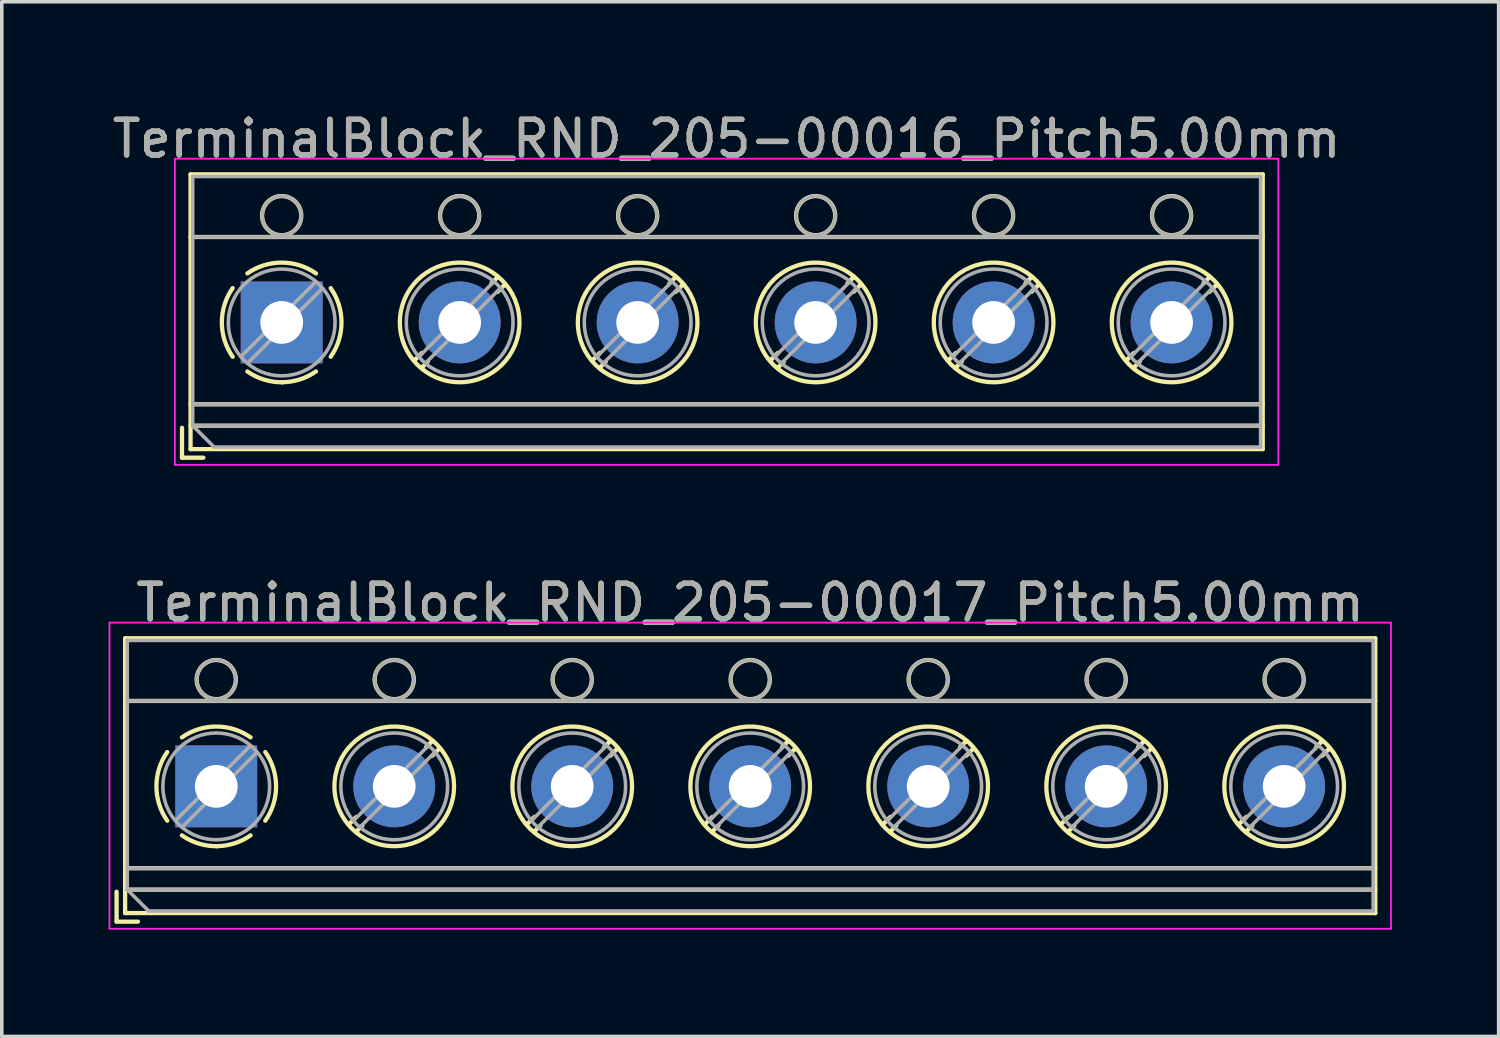
<source format=kicad_pcb>
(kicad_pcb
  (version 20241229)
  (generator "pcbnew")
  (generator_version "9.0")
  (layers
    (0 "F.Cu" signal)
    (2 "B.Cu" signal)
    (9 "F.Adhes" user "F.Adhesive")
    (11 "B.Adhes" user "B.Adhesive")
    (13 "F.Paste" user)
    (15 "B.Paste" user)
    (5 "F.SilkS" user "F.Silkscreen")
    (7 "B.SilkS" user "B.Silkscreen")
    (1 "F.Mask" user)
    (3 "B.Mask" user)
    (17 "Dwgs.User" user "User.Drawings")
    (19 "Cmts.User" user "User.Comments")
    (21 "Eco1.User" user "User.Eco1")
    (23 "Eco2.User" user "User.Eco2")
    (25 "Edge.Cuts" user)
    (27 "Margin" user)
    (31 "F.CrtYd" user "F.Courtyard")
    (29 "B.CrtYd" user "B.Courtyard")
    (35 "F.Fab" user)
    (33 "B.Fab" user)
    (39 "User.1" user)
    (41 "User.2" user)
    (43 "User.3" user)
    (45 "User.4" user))
  (footprint "TerminalBlock_RND_205-00016_Pitch5.00mm"
    (layer "F.Cu")
    (at 4.863 6.008)
    (property "Reference" "TerminalBlock_RND_205-00016_Pitch5.00mm" (at 12.5 -5.16 0) (layer "F.SilkS") (effects (font (size 1 1) (thickness 0.15))))
    (attr through_hole)
    (fp_line (start -2.8 2.96) (end -2.8 3.8) (stroke (width 0.12) (type solid)) (layer "F.SilkS"))
    (fp_line (start -2.8 3.8) (end -2.2 3.8) (stroke (width 0.12) (type solid)) (layer "F.SilkS"))
    (fp_line (start -2.56 -4.16) (end -2.56 3.56) (stroke (width 0.12) (type solid)) (layer "F.SilkS"))
    (fp_line (start -2.56 -2.4) (end 27.56 -2.4) (stroke (width 0.12) (type solid)) (layer "F.SilkS"))
    (fp_line (start -2.56 2.3) (end 27.56 2.3) (stroke (width 0.12) (type solid)) (layer "F.SilkS"))
    (fp_line (start -2.56 2.9) (end 27.56 2.9) (stroke (width 0.12) (type solid)) (layer "F.SilkS"))
    (fp_line (start -2.56 3.56) (end 27.56 3.56) (stroke (width 0.12) (type solid)) (layer "F.SilkS"))
    (fp_line (start 3.937 0.859) (end 3.726 1.069) (stroke (width 0.12) (type solid)) (layer "F.SilkS"))
    (fp_line (start 4.107 1.099) (end 3.931 1.274) (stroke (width 0.12) (type solid)) (layer "F.SilkS"))
    (fp_line (start 6.07 -1.275) (end 5.894 -1.099) (stroke (width 0.12) (type solid)) (layer "F.SilkS"))
    (fp_line (start 6.275 -1.069) (end 6.064 -0.859) (stroke (width 0.12) (type solid)) (layer "F.SilkS"))
    (fp_line (start 8.937 0.859) (end 8.726 1.069) (stroke (width 0.12) (type solid)) (layer "F.SilkS"))
    (fp_line (start 9.107 1.099) (end 8.931 1.274) (stroke (width 0.12) (type solid)) (layer "F.SilkS"))
    (fp_line (start 11.07 -1.275) (end 10.894 -1.099) (stroke (width 0.12) (type solid)) (layer "F.SilkS"))
    (fp_line (start 11.275 -1.069) (end 11.064 -0.859) (stroke (width 0.12) (type solid)) (layer "F.SilkS"))
    (fp_line (start 13.937 0.859) (end 13.726 1.069) (stroke (width 0.12) (type solid)) (layer "F.SilkS"))
    (fp_line (start 14.107 1.099) (end 13.931 1.274) (stroke (width 0.12) (type solid)) (layer "F.SilkS"))
    (fp_line (start 16.07 -1.275) (end 15.894 -1.099) (stroke (width 0.12) (type solid)) (layer "F.SilkS"))
    (fp_line (start 16.275 -1.069) (end 16.064 -0.859) (stroke (width 0.12) (type solid)) (layer "F.SilkS"))
    (fp_line (start 18.937 0.859) (end 18.726 1.069) (stroke (width 0.12) (type solid)) (layer "F.SilkS"))
    (fp_line (start 19.107 1.099) (end 18.931 1.274) (stroke (width 0.12) (type solid)) (layer "F.SilkS"))
    (fp_line (start 21.07 -1.275) (end 20.894 -1.099) (stroke (width 0.12) (type solid)) (layer "F.SilkS"))
    (fp_line (start 21.275 -1.069) (end 21.064 -0.859) (stroke (width 0.12) (type solid)) (layer "F.SilkS"))
    (fp_line (start 23.937 0.859) (end 23.726 1.069) (stroke (width 0.12) (type solid)) (layer "F.SilkS"))
    (fp_line (start 24.107 1.099) (end 23.931 1.274) (stroke (width 0.12) (type solid)) (layer "F.SilkS"))
    (fp_line (start 26.07 -1.275) (end 25.894 -1.099) (stroke (width 0.12) (type solid)) (layer "F.SilkS"))
    (fp_line (start 26.275 -1.069) (end 26.064 -0.859) (stroke (width 0.12) (type solid)) (layer "F.SilkS"))
    (fp_line (start 27.56 -4.16) (end -2.56 -4.16) (stroke (width 0.12) (type solid)) (layer "F.SilkS"))
    (fp_line (start 27.56 3.56) (end 27.56 -4.16) (stroke (width 0.12) (type solid)) (layer "F.SilkS"))
    (fp_arc (start -1.376825 0.964249) (mid -1.6809 0.000152) (end -1.377 -0.964) (stroke (width 0.12) (type solid)) (layer "F.SilkS"))
    (fp_arc (start -0.964249 -1.376825) (mid -0.000152 -1.6809) (end 0.964 -1.377) (stroke (width 0.12) (type solid)) (layer "F.SilkS"))
    (fp_arc (start 0.029488 1.680641) (mid -0.491302 1.607497) (end -0.964 1.377) (stroke (width 0.12) (type solid)) (layer "F.SilkS"))
    (fp_arc (start 0.963608 1.376175) (mid 0.505186 1.602244) (end 0 1.68) (stroke (width 0.12) (type solid)) (layer "F.SilkS"))
    (fp_arc (start 1.376825 -0.964249) (mid 1.6809 -0.000152) (end 1.377 0.964) (stroke (width 0.12) (type solid)) (layer "F.SilkS"))
    (fp_circle (center 0 -3) (end 0.55 -3) (stroke (width 0.12) (type solid)) (fill no) (layer "F.SilkS"))
    (fp_circle (center 5 -3) (end 5.55 -3) (stroke (width 0.12) (type solid)) (fill no) (layer "F.SilkS"))
    (fp_circle (center 5 0) (end 6.68 0) (stroke (width 0.12) (type solid)) (fill no) (layer "F.SilkS"))
    (fp_circle (center 10 -3) (end 10.55 -3) (stroke (width 0.12) (type solid)) (fill no) (layer "F.SilkS"))
    (fp_circle (center 10 0) (end 11.68 0) (stroke (width 0.12) (type solid)) (fill no) (layer "F.SilkS"))
    (fp_circle (center 15 -3) (end 15.55 -3) (stroke (width 0.12) (type solid)) (fill no) (layer "F.SilkS"))
    (fp_circle (center 15 0) (end 16.68 0) (stroke (width 0.12) (type solid)) (fill no) (layer "F.SilkS"))
    (fp_circle (center 20 -3) (end 20.55 -3) (stroke (width 0.12) (type solid)) (fill no) (layer "F.SilkS"))
    (fp_circle (center 20 0) (end 21.68 0) (stroke (width 0.12) (type solid)) (fill no) (layer "F.SilkS"))
    (fp_circle (center 25 -3) (end 25.55 -3) (stroke (width 0.12) (type solid)) (fill no) (layer "F.SilkS"))
    (fp_circle (center 25 0) (end 26.68 0) (stroke (width 0.12) (type solid)) (fill no) (layer "F.SilkS"))
    (fp_line (start -3 -4.6) (end -3 4) (stroke (width 0.05) (type solid)) (layer "F.CrtYd"))
    (fp_line (start -3 4) (end 28 4) (stroke (width 0.05) (type solid)) (layer "F.CrtYd"))
    (fp_line (start 28 -4.6) (end -3 -4.6) (stroke (width 0.05) (type solid)) (layer "F.CrtYd"))
    (fp_line (start 28 4) (end 28 -4.6) (stroke (width 0.05) (type solid)) (layer "F.CrtYd"))
    (fp_line (start -2.5 -4.1) (end 27.5 -4.1) (stroke (width 0.1) (type solid)) (layer "F.Fab"))
    (fp_line (start -2.5 -2.4) (end 27.5 -2.4) (stroke (width 0.1) (type solid)) (layer "F.Fab"))
    (fp_line (start -2.5 2.3) (end 27.5 2.3) (stroke (width 0.1) (type solid)) (layer "F.Fab"))
    (fp_line (start -2.5 2.9) (end -2.5 -4.1) (stroke (width 0.1) (type solid)) (layer "F.Fab"))
    (fp_line (start -2.5 2.9) (end 27.5 2.9) (stroke (width 0.1) (type solid)) (layer "F.Fab"))
    (fp_line (start -1.9 3.5) (end -2.5 2.9) (stroke (width 0.1) (type solid)) (layer "F.Fab"))
    (fp_line (start 0.955 -1.138) (end -1.138 0.955) (stroke (width 0.1) (type solid)) (layer "F.Fab"))
    (fp_line (start 1.138 -0.955) (end -0.955 1.138) (stroke (width 0.1) (type solid)) (layer "F.Fab"))
    (fp_line (start 5.955 -1.138) (end 3.863 0.955) (stroke (width 0.1) (type solid)) (layer "F.Fab"))
    (fp_line (start 6.138 -0.955) (end 4.046 1.138) (stroke (width 0.1) (type solid)) (layer "F.Fab"))
    (fp_line (start 10.955 -1.138) (end 8.863 0.955) (stroke (width 0.1) (type solid)) (layer "F.Fab"))
    (fp_line (start 11.138 -0.955) (end 9.046 1.138) (stroke (width 0.1) (type solid)) (layer "F.Fab"))
    (fp_line (start 15.955 -1.138) (end 13.863 0.955) (stroke (width 0.1) (type solid)) (layer "F.Fab"))
    (fp_line (start 16.138 -0.955) (end 14.046 1.138) (stroke (width 0.1) (type solid)) (layer "F.Fab"))
    (fp_line (start 20.955 -1.138) (end 18.863 0.955) (stroke (width 0.1) (type solid)) (layer "F.Fab"))
    (fp_line (start 21.138 -0.955) (end 19.046 1.138) (stroke (width 0.1) (type solid)) (layer "F.Fab"))
    (fp_line (start 25.955 -1.138) (end 23.863 0.955) (stroke (width 0.1) (type solid)) (layer "F.Fab"))
    (fp_line (start 26.138 -0.955) (end 24.046 1.138) (stroke (width 0.1) (type solid)) (layer "F.Fab"))
    (fp_line (start 27.5 -4.1) (end 27.5 3.5) (stroke (width 0.1) (type solid)) (layer "F.Fab"))
    (fp_line (start 27.5 3.5) (end -1.9 3.5) (stroke (width 0.1) (type solid)) (layer "F.Fab"))
    (fp_circle (center 0 -3) (end 0.55 -3) (stroke (width 0.1) (type solid)) (fill no) (layer "F.Fab"))
    (fp_circle (center 0 0) (end 1.5 0) (stroke (width 0.1) (type solid)) (fill no) (layer "F.Fab"))
    (fp_circle (center 5 -3) (end 5.55 -3) (stroke (width 0.1) (type solid)) (fill no) (layer "F.Fab"))
    (fp_circle (center 5 0) (end 6.5 0) (stroke (width 0.1) (type solid)) (fill no) (layer "F.Fab"))
    (fp_circle (center 10 -3) (end 10.55 -3) (stroke (width 0.1) (type solid)) (fill no) (layer "F.Fab"))
    (fp_circle (center 10 0) (end 11.5 0) (stroke (width 0.1) (type solid)) (fill no) (layer "F.Fab"))
    (fp_circle (center 15 -3) (end 15.55 -3) (stroke (width 0.1) (type solid)) (fill no) (layer "F.Fab"))
    (fp_circle (center 15 0) (end 16.5 0) (stroke (width 0.1) (type solid)) (fill no) (layer "F.Fab"))
    (fp_circle (center 20 -3) (end 20.55 -3) (stroke (width 0.1) (type solid)) (fill no) (layer "F.Fab"))
    (fp_circle (center 20 0) (end 21.5 0) (stroke (width 0.1) (type solid)) (fill no) (layer "F.Fab"))
    (fp_circle (center 25 -3) (end 25.55 -3) (stroke (width 0.1) (type solid)) (fill no) (layer "F.Fab"))
    (fp_circle (center 25 0) (end 26.5 0) (stroke (width 0.1) (type solid)) (fill no) (layer "F.Fab"))
    (fp_text user "${REFERENCE}" (at 12.5 -5.16 0) (layer "F.Fab") (effects (font (size 1 1) (thickness 0.15))))
    (pad "1" thru_hole rect (at 0 0) (size 2.3 2.3) (drill 1.2) (layers "*.Cu" "*.Mask"))
    (pad "2" thru_hole oval (at 5 0) (size 2.3 2.3) (drill 1.2) (layers "*.Cu" "*.Mask"))
    (pad "3" thru_hole oval (at 10 0) (size 2.3 2.3) (drill 1.2) (layers "*.Cu" "*.Mask"))
    (pad "4" thru_hole oval (at 15 0) (size 2.3 2.3) (drill 1.2) (layers "*.Cu" "*.Mask"))
    (pad "5" thru_hole oval (at 20 0) (size 2.3 2.3) (drill 1.2) (layers "*.Cu" "*.Mask"))
    (pad "6" thru_hole oval (at 25 0) (size 2.3 2.3) (drill 1.2) (layers "*.Cu" "*.Mask")))
  (footprint "TerminalBlock_RND_205-00017_Pitch5.00mm"
    (layer "F.Cu")
    (at 3.025 19.041)
    (property "Reference" "TerminalBlock_RND_205-00017_Pitch5.00mm" (at 15 -5.16 0) (layer "F.SilkS") (effects (font (size 1 1) (thickness 0.15))))
    (attr through_hole)
    (fp_line (start -2.8 2.96) (end -2.8 3.8) (stroke (width 0.12) (type solid)) (layer "F.SilkS"))
    (fp_line (start -2.8 3.8) (end -2.2 3.8) (stroke (width 0.12) (type solid)) (layer "F.SilkS"))
    (fp_line (start -2.56 -4.16) (end -2.56 3.56) (stroke (width 0.12) (type solid)) (layer "F.SilkS"))
    (fp_line (start -2.56 -2.4) (end 32.56 -2.4) (stroke (width 0.12) (type solid)) (layer "F.SilkS"))
    (fp_line (start -2.56 2.3) (end 32.56 2.3) (stroke (width 0.12) (type solid)) (layer "F.SilkS"))
    (fp_line (start -2.56 2.9) (end 32.56 2.9) (stroke (width 0.12) (type solid)) (layer "F.SilkS"))
    (fp_line (start -2.56 3.56) (end 32.56 3.56) (stroke (width 0.12) (type solid)) (layer "F.SilkS"))
    (fp_line (start 3.937 0.859) (end 3.726 1.069) (stroke (width 0.12) (type solid)) (layer "F.SilkS"))
    (fp_line (start 4.107 1.099) (end 3.931 1.274) (stroke (width 0.12) (type solid)) (layer "F.SilkS"))
    (fp_line (start 6.07 -1.275) (end 5.894 -1.099) (stroke (width 0.12) (type solid)) (layer "F.SilkS"))
    (fp_line (start 6.275 -1.069) (end 6.064 -0.859) (stroke (width 0.12) (type solid)) (layer "F.SilkS"))
    (fp_line (start 8.937 0.859) (end 8.726 1.069) (stroke (width 0.12) (type solid)) (layer "F.SilkS"))
    (fp_line (start 9.107 1.099) (end 8.931 1.274) (stroke (width 0.12) (type solid)) (layer "F.SilkS"))
    (fp_line (start 11.07 -1.275) (end 10.894 -1.099) (stroke (width 0.12) (type solid)) (layer "F.SilkS"))
    (fp_line (start 11.275 -1.069) (end 11.064 -0.859) (stroke (width 0.12) (type solid)) (layer "F.SilkS"))
    (fp_line (start 13.937 0.859) (end 13.726 1.069) (stroke (width 0.12) (type solid)) (layer "F.SilkS"))
    (fp_line (start 14.107 1.099) (end 13.931 1.274) (stroke (width 0.12) (type solid)) (layer "F.SilkS"))
    (fp_line (start 16.07 -1.275) (end 15.894 -1.099) (stroke (width 0.12) (type solid)) (layer "F.SilkS"))
    (fp_line (start 16.275 -1.069) (end 16.064 -0.859) (stroke (width 0.12) (type solid)) (layer "F.SilkS"))
    (fp_line (start 18.937 0.859) (end 18.726 1.069) (stroke (width 0.12) (type solid)) (layer "F.SilkS"))
    (fp_line (start 19.107 1.099) (end 18.931 1.274) (stroke (width 0.12) (type solid)) (layer "F.SilkS"))
    (fp_line (start 21.07 -1.275) (end 20.894 -1.099) (stroke (width 0.12) (type solid)) (layer "F.SilkS"))
    (fp_line (start 21.275 -1.069) (end 21.064 -0.859) (stroke (width 0.12) (type solid)) (layer "F.SilkS"))
    (fp_line (start 23.937 0.859) (end 23.726 1.069) (stroke (width 0.12) (type solid)) (layer "F.SilkS"))
    (fp_line (start 24.107 1.099) (end 23.931 1.274) (stroke (width 0.12) (type solid)) (layer "F.SilkS"))
    (fp_line (start 26.07 -1.275) (end 25.894 -1.099) (stroke (width 0.12) (type solid)) (layer "F.SilkS"))
    (fp_line (start 26.275 -1.069) (end 26.064 -0.859) (stroke (width 0.12) (type solid)) (layer "F.SilkS"))
    (fp_line (start 28.937 0.859) (end 28.726 1.069) (stroke (width 0.12) (type solid)) (layer "F.SilkS"))
    (fp_line (start 29.107 1.099) (end 28.931 1.274) (stroke (width 0.12) (type solid)) (layer "F.SilkS"))
    (fp_line (start 31.07 -1.275) (end 30.894 -1.099) (stroke (width 0.12) (type solid)) (layer "F.SilkS"))
    (fp_line (start 31.275 -1.069) (end 31.064 -0.859) (stroke (width 0.12) (type solid)) (layer "F.SilkS"))
    (fp_line (start 32.56 -4.16) (end -2.56 -4.16) (stroke (width 0.12) (type solid)) (layer "F.SilkS"))
    (fp_line (start 32.56 3.56) (end 32.56 -4.16) (stroke (width 0.12) (type solid)) (layer "F.SilkS"))
    (fp_arc (start -1.376825 0.964249) (mid -1.6809 0.000152) (end -1.377 -0.964) (stroke (width 0.12) (type solid)) (layer "F.SilkS"))
    (fp_arc (start -0.964249 -1.376825) (mid -0.000152 -1.6809) (end 0.964 -1.377) (stroke (width 0.12) (type solid)) (layer "F.SilkS"))
    (fp_arc (start 0.029488 1.680641) (mid -0.491302 1.607497) (end -0.964 1.377) (stroke (width 0.12) (type solid)) (layer "F.SilkS"))
    (fp_arc (start 0.963608 1.376175) (mid 0.505186 1.602244) (end 0 1.68) (stroke (width 0.12) (type solid)) (layer "F.SilkS"))
    (fp_arc (start 1.376825 -0.964249) (mid 1.6809 -0.000152) (end 1.377 0.964) (stroke (width 0.12) (type solid)) (layer "F.SilkS"))
    (fp_circle (center 0 -3) (end 0.55 -3) (stroke (width 0.12) (type solid)) (fill no) (layer "F.SilkS"))
    (fp_circle (center 5 -3) (end 5.55 -3) (stroke (width 0.12) (type solid)) (fill no) (layer "F.SilkS"))
    (fp_circle (center 5 0) (end 6.68 0) (stroke (width 0.12) (type solid)) (fill no) (layer "F.SilkS"))
    (fp_circle (center 10 -3) (end 10.55 -3) (stroke (width 0.12) (type solid)) (fill no) (layer "F.SilkS"))
    (fp_circle (center 10 0) (end 11.68 0) (stroke (width 0.12) (type solid)) (fill no) (layer "F.SilkS"))
    (fp_circle (center 15 -3) (end 15.55 -3) (stroke (width 0.12) (type solid)) (fill no) (layer "F.SilkS"))
    (fp_circle (center 15 0) (end 16.68 0) (stroke (width 0.12) (type solid)) (fill no) (layer "F.SilkS"))
    (fp_circle (center 20 -3) (end 20.55 -3) (stroke (width 0.12) (type solid)) (fill no) (layer "F.SilkS"))
    (fp_circle (center 20 0) (end 21.68 0) (stroke (width 0.12) (type solid)) (fill no) (layer "F.SilkS"))
    (fp_circle (center 25 -3) (end 25.55 -3) (stroke (width 0.12) (type solid)) (fill no) (layer "F.SilkS"))
    (fp_circle (center 25 0) (end 26.68 0) (stroke (width 0.12) (type solid)) (fill no) (layer "F.SilkS"))
    (fp_circle (center 30 -3) (end 30.55 -3) (stroke (width 0.12) (type solid)) (fill no) (layer "F.SilkS"))
    (fp_circle (center 30 0) (end 31.68 0) (stroke (width 0.12) (type solid)) (fill no) (layer "F.SilkS"))
    (fp_line (start -3 -4.6) (end -3 4) (stroke (width 0.05) (type solid)) (layer "F.CrtYd"))
    (fp_line (start -3 4) (end 33 4) (stroke (width 0.05) (type solid)) (layer "F.CrtYd"))
    (fp_line (start 33 -4.6) (end -3 -4.6) (stroke (width 0.05) (type solid)) (layer "F.CrtYd"))
    (fp_line (start 33 4) (end 33 -4.6) (stroke (width 0.05) (type solid)) (layer "F.CrtYd"))
    (fp_line (start -2.5 -4.1) (end 32.5 -4.1) (stroke (width 0.1) (type solid)) (layer "F.Fab"))
    (fp_line (start -2.5 -2.4) (end 32.5 -2.4) (stroke (width 0.1) (type solid)) (layer "F.Fab"))
    (fp_line (start -2.5 2.3) (end 32.5 2.3) (stroke (width 0.1) (type solid)) (layer "F.Fab"))
    (fp_line (start -2.5 2.9) (end -2.5 -4.1) (stroke (width 0.1) (type solid)) (layer "F.Fab"))
    (fp_line (start -2.5 2.9) (end 32.5 2.9) (stroke (width 0.1) (type solid)) (layer "F.Fab"))
    (fp_line (start -1.9 3.5) (end -2.5 2.9) (stroke (width 0.1) (type solid)) (layer "F.Fab"))
    (fp_line (start 0.955 -1.138) (end -1.138 0.955) (stroke (width 0.1) (type solid)) (layer "F.Fab"))
    (fp_line (start 1.138 -0.955) (end -0.955 1.138) (stroke (width 0.1) (type solid)) (layer "F.Fab"))
    (fp_line (start 5.955 -1.138) (end 3.863 0.955) (stroke (width 0.1) (type solid)) (layer "F.Fab"))
    (fp_line (start 6.138 -0.955) (end 4.046 1.138) (stroke (width 0.1) (type solid)) (layer "F.Fab"))
    (fp_line (start 10.955 -1.138) (end 8.863 0.955) (stroke (width 0.1) (type solid)) (layer "F.Fab"))
    (fp_line (start 11.138 -0.955) (end 9.046 1.138) (stroke (width 0.1) (type solid)) (layer "F.Fab"))
    (fp_line (start 15.955 -1.138) (end 13.863 0.955) (stroke (width 0.1) (type solid)) (layer "F.Fab"))
    (fp_line (start 16.138 -0.955) (end 14.046 1.138) (stroke (width 0.1) (type solid)) (layer "F.Fab"))
    (fp_line (start 20.955 -1.138) (end 18.863 0.955) (stroke (width 0.1) (type solid)) (layer "F.Fab"))
    (fp_line (start 21.138 -0.955) (end 19.046 1.138) (stroke (width 0.1) (type solid)) (layer "F.Fab"))
    (fp_line (start 25.955 -1.138) (end 23.863 0.955) (stroke (width 0.1) (type solid)) (layer "F.Fab"))
    (fp_line (start 26.138 -0.955) (end 24.046 1.138) (stroke (width 0.1) (type solid)) (layer "F.Fab"))
    (fp_line (start 30.955 -1.138) (end 28.863 0.955) (stroke (width 0.1) (type solid)) (layer "F.Fab"))
    (fp_line (start 31.138 -0.955) (end 29.046 1.138) (stroke (width 0.1) (type solid)) (layer "F.Fab"))
    (fp_line (start 32.5 -4.1) (end 32.5 3.5) (stroke (width 0.1) (type solid)) (layer "F.Fab"))
    (fp_line (start 32.5 3.5) (end -1.9 3.5) (stroke (width 0.1) (type solid)) (layer "F.Fab"))
    (fp_circle (center 0 -3) (end 0.55 -3) (stroke (width 0.1) (type solid)) (fill no) (layer "F.Fab"))
    (fp_circle (center 0 0) (end 1.5 0) (stroke (width 0.1) (type solid)) (fill no) (layer "F.Fab"))
    (fp_circle (center 5 -3) (end 5.55 -3) (stroke (width 0.1) (type solid)) (fill no) (layer "F.Fab"))
    (fp_circle (center 5 0) (end 6.5 0) (stroke (width 0.1) (type solid)) (fill no) (layer "F.Fab"))
    (fp_circle (center 10 -3) (end 10.55 -3) (stroke (width 0.1) (type solid)) (fill no) (layer "F.Fab"))
    (fp_circle (center 10 0) (end 11.5 0) (stroke (width 0.1) (type solid)) (fill no) (layer "F.Fab"))
    (fp_circle (center 15 -3) (end 15.55 -3) (stroke (width 0.1) (type solid)) (fill no) (layer "F.Fab"))
    (fp_circle (center 15 0) (end 16.5 0) (stroke (width 0.1) (type solid)) (fill no) (layer "F.Fab"))
    (fp_circle (center 20 -3) (end 20.55 -3) (stroke (width 0.1) (type solid)) (fill no) (layer "F.Fab"))
    (fp_circle (center 20 0) (end 21.5 0) (stroke (width 0.1) (type solid)) (fill no) (layer "F.Fab"))
    (fp_circle (center 25 -3) (end 25.55 -3) (stroke (width 0.1) (type solid)) (fill no) (layer "F.Fab"))
    (fp_circle (center 25 0) (end 26.5 0) (stroke (width 0.1) (type solid)) (fill no) (layer "F.Fab"))
    (fp_circle (center 30 -3) (end 30.55 -3) (stroke (width 0.1) (type solid)) (fill no) (layer "F.Fab"))
    (fp_circle (center 30 0) (end 31.5 0) (stroke (width 0.1) (type solid)) (fill no) (layer "F.Fab"))
    (fp_text user "${REFERENCE}" (at 15 -5.16 0) (layer "F.Fab") (effects (font (size 1 1) (thickness 0.15))))
    (pad "1" thru_hole rect (at 0 0) (size 2.3 2.3) (drill 1.2) (layers "*.Cu" "*.Mask"))
    (pad "2" thru_hole oval (at 5 0) (size 2.3 2.3) (drill 1.2) (layers "*.Cu" "*.Mask"))
    (pad "3" thru_hole oval (at 10 0) (size 2.3 2.3) (drill 1.2) (layers "*.Cu" "*.Mask"))
    (pad "4" thru_hole oval (at 15 0) (size 2.3 2.3) (drill 1.2) (layers "*.Cu" "*.Mask"))
    (pad "5" thru_hole oval (at 20 0) (size 2.3 2.3) (drill 1.2) (layers "*.Cu" "*.Mask"))
    (pad "6" thru_hole oval (at 25 0) (size 2.3 2.3) (drill 1.2) (layers "*.Cu" "*.Mask"))
    (pad "7" thru_hole oval (at 30 0) (size 2.3 2.3) (drill 1.2) (layers "*.Cu" "*.Mask")))
  (gr_rect
    (start -3 -3)
    (end 39.05 26.067)
    (stroke (width 0.1) (type default))
    (fill no)
    (layer "Edge.Cuts")))
</source>
